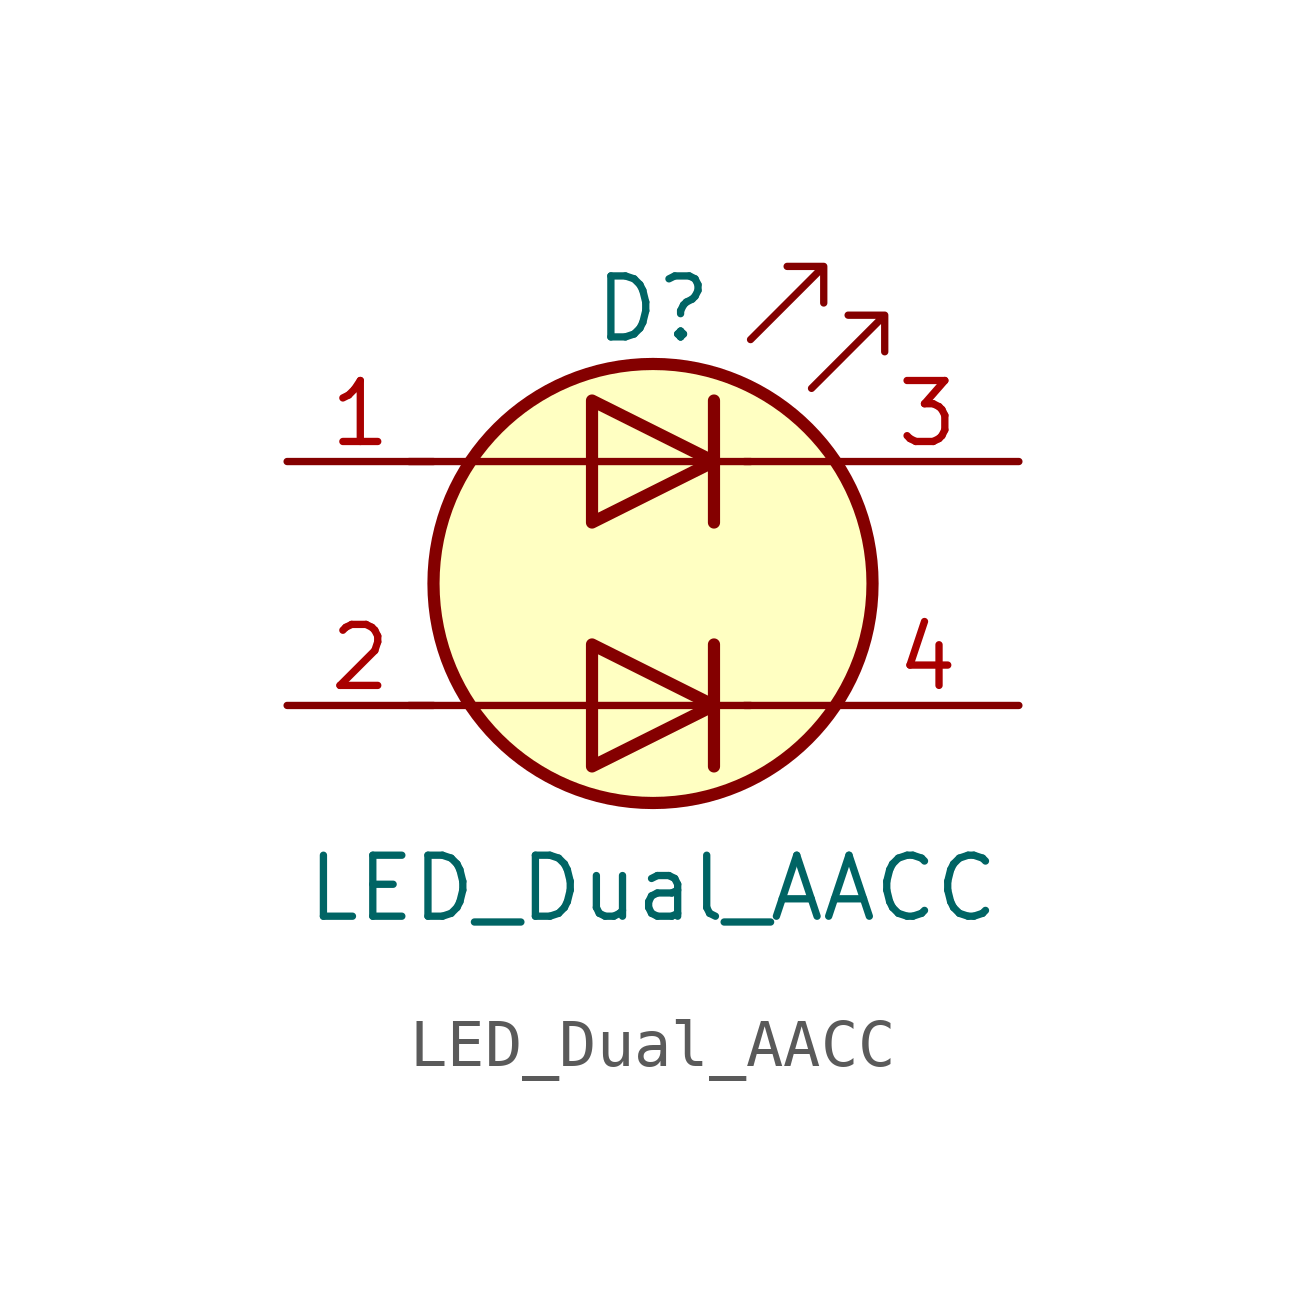
<source format=kicad_sym>
(kicad_symbol_lib
  (version 20211014)
  (generator kicad_symbol_editor)
  (symbol "LED_Dual_AACC"
    (pin_names
      (offset 0) hide)
    (property "Reference" "D"
      (at 0 5.715 0)
      (effects (font (size 1.27 1.27))))
    (property "Value" "LED_Dual_AACC"
      (at 0 -6.35 0)
      (effects (font (size 1.27 1.27))))
    (symbol "LED_Dual_AACC_0_1"
      (polyline (pts (xy -5.08 -2.54) (xy 2.032 -2.54)) (stroke (width 0) (type default) (color 0 0 0 0)) (fill (type none)))
      (polyline (pts (xy -5.08 2.54) (xy 2.032 2.54)) (stroke (width 0) (type default) (color 0 0 0 0)) (fill (type none)))
      (polyline (pts (xy 1.27 -1.27) (xy 1.27 -3.81)) (stroke (width 0.254) (type default) (color 0 0 0 0)) (fill (type none)))
      (polyline (pts (xy 1.27 3.81) (xy 1.27 1.27)) (stroke (width 0.254) (type default) (color 0 0 0 0)) (fill (type none)))
      (polyline (pts (xy 3.81 -2.54) (xy 1.905 -2.54)) (stroke (width 0) (type default) (color 0 0 0 0)) (fill (type none)))
      (polyline (pts (xy 3.81 2.54) (xy 1.905 2.54)) (stroke (width 0) (type default) (color 0 0 0 0)) (fill (type none)))
      (polyline (pts (xy -1.27 -1.27) (xy -1.27 -3.81) (xy 1.27 -2.54) (xy -1.27 -1.27)) (stroke (width 0.254) (type default) (color 0 0 0 0)) (fill (type none)))
      (polyline (pts (xy -1.27 3.81) (xy -1.27 1.27) (xy 1.27 2.54) (xy -1.27 3.81)) (stroke (width 0.254) (type default) (color 0 0 0 0)) (fill (type none)))
      (polyline (pts (xy 2.032 5.08) (xy 3.556 6.604) (xy 2.794 6.604) (xy 3.556 6.604) (xy 3.556 5.842)) (stroke (width 0) (type default) (color 0 0 0 0)) (fill (type none)))
      (polyline (pts (xy 3.302 4.064) (xy 4.826 5.588) (xy 4.064 5.588) (xy 4.826 5.588) (xy 4.826 4.826)) (stroke (width 0) (type default) (color 0 0 0 0)) (fill (type none)))
      (circle (center 0 0) (radius 4.572) (stroke (width 0.254) (type default) (color 0 0 0 0)) (fill (type background))))
    (symbol "LED_Dual_AACC_1_1"
      (pin input line (at -7.62 2.54 0) (length 3.048) (name "A1" (effects (font (size 1.27 1.27)))) (number "1" (effects (font (size 1.27 1.27)))))
      (pin input line (at -7.62 -2.54 0) (length 3.048) (name "A2" (effects (font (size 1.27 1.27)))) (number "2" (effects (font (size 1.27 1.27)))))
      (pin input line (at 7.62 2.54 180) (length 3.81) (name "K1" (effects (font (size 1.27 1.27)))) (number "3" (effects (font (size 1.27 1.27)))))
      (pin input line (at 7.62 -2.54 180) (length 3.81) (name "K2" (effects (font (size 1.27 1.27)))) (number "4" (effects (font (size 1.27 1.27))))))))
</source>
